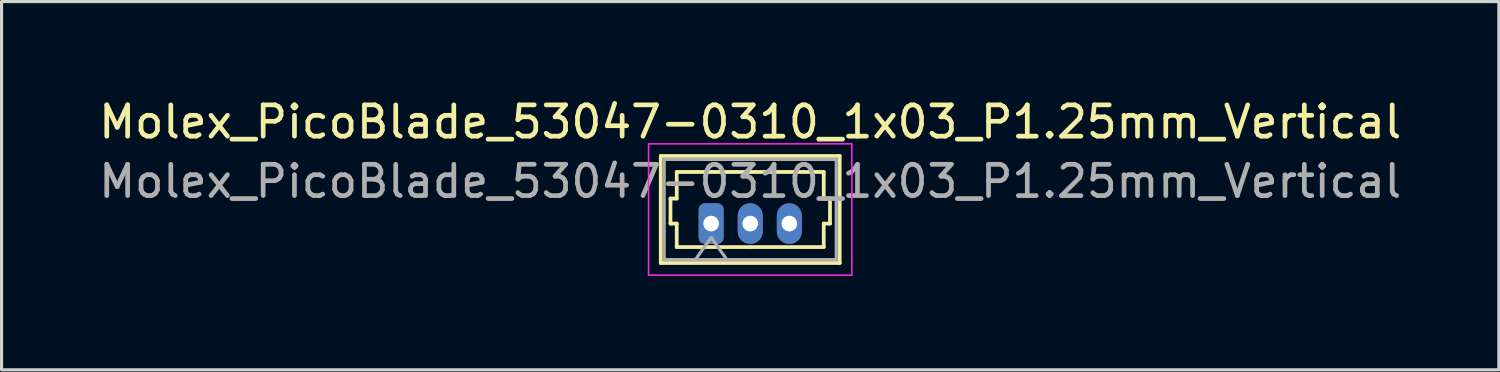
<source format=kicad_pcb>
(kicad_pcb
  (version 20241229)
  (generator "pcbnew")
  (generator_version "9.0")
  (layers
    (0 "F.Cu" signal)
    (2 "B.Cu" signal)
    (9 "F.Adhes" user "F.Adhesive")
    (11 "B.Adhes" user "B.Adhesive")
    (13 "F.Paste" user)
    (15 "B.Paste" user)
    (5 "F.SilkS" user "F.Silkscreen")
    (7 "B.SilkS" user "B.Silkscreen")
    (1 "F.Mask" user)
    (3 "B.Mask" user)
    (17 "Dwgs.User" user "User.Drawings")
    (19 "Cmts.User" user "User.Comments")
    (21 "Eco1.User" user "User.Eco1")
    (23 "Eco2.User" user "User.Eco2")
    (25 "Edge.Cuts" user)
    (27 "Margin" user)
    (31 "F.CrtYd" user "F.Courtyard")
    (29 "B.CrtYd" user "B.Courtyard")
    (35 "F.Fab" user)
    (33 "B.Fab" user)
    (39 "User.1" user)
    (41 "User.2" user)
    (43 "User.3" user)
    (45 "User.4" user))
  (footprint "Molex_PicoBlade_53047-0310_1x03_P1.25mm_Vertical"
    (layer "F.Cu")
    (at 19.685 4.098)
    (property "Reference" "Molex_PicoBlade_53047-0310_1x03_P1.25mm_Vertical" (at 1.25 -3.25 0) (layer "F.SilkS") (effects (font (size 1 1) (thickness 0.15))))
    (attr through_hole)
    (fp_line (start -1.61 -2.16) (end -1.61 1.26) (stroke (width 0.12) (type solid)) (layer "F.SilkS"))
    (fp_line (start -1.61 1.26) (end 4.11 1.26) (stroke (width 0.12) (type solid)) (layer "F.SilkS"))
    (fp_line (start -1.3 -0.8) (end -1.1 -0.8) (stroke (width 0.12) (type solid)) (layer "F.SilkS"))
    (fp_line (start -1.3 0) (end -1.3 -0.8) (stroke (width 0.12) (type solid)) (layer "F.SilkS"))
    (fp_line (start -1.1 -1.65) (end 1.25 -1.65) (stroke (width 0.12) (type solid)) (layer "F.SilkS"))
    (fp_line (start -1.1 -0.8) (end -1.1 -1.65) (stroke (width 0.12) (type solid)) (layer "F.SilkS"))
    (fp_line (start -1.1 0) (end -1.3 0) (stroke (width 0.12) (type solid)) (layer "F.SilkS"))
    (fp_line (start -1.1 0.75) (end -1.1 0) (stroke (width 0.12) (type solid)) (layer "F.SilkS"))
    (fp_line (start 1.25 0.75) (end -1.1 0.75) (stroke (width 0.12) (type solid)) (layer "F.SilkS"))
    (fp_line (start 1.25 0.75) (end 3.6 0.75) (stroke (width 0.12) (type solid)) (layer "F.SilkS"))
    (fp_line (start 3.6 -1.65) (end 1.25 -1.65) (stroke (width 0.12) (type solid)) (layer "F.SilkS"))
    (fp_line (start 3.6 -0.8) (end 3.6 -1.65) (stroke (width 0.12) (type solid)) (layer "F.SilkS"))
    (fp_line (start 3.6 0) (end 3.8 0) (stroke (width 0.12) (type solid)) (layer "F.SilkS"))
    (fp_line (start 3.6 0.75) (end 3.6 0) (stroke (width 0.12) (type solid)) (layer "F.SilkS"))
    (fp_line (start 3.8 -0.8) (end 3.6 -0.8) (stroke (width 0.12) (type solid)) (layer "F.SilkS"))
    (fp_line (start 3.8 0) (end 3.8 -0.8) (stroke (width 0.12) (type solid)) (layer "F.SilkS"))
    (fp_line (start 4.11 -2.16) (end -1.61 -2.16) (stroke (width 0.12) (type solid)) (layer "F.SilkS"))
    (fp_line (start 4.11 1.26) (end 4.11 -2.16) (stroke (width 0.12) (type solid)) (layer "F.SilkS"))
    (fp_line (start -2 -2.55) (end -2 1.65) (stroke (width 0.05) (type solid)) (layer "F.CrtYd"))
    (fp_line (start -2 1.65) (end 4.5 1.65) (stroke (width 0.05) (type solid)) (layer "F.CrtYd"))
    (fp_line (start 4.5 -2.55) (end -2 -2.55) (stroke (width 0.05) (type solid)) (layer "F.CrtYd"))
    (fp_line (start 4.5 1.65) (end 4.5 -2.55) (stroke (width 0.05) (type solid)) (layer "F.CrtYd"))
    (fp_line (start -1.5 -2.05) (end -1.5 1.15) (stroke (width 0.1) (type solid)) (layer "F.Fab"))
    (fp_line (start -1.5 1.15) (end 4 1.15) (stroke (width 0.1) (type solid)) (layer "F.Fab"))
    (fp_line (start -0.5 1.15) (end 0 0.443) (stroke (width 0.1) (type solid)) (layer "F.Fab"))
    (fp_line (start 0 0.443) (end 0.5 1.15) (stroke (width 0.1) (type solid)) (layer "F.Fab"))
    (fp_line (start 4 -2.05) (end -1.5 -2.05) (stroke (width 0.1) (type solid)) (layer "F.Fab"))
    (fp_line (start 4 1.15) (end 4 -2.05) (stroke (width 0.1) (type solid)) (layer "F.Fab"))
    (fp_text user "${REFERENCE}" (at 1.25 -1.35 0) (layer "F.Fab") (effects (font (size 1 1) (thickness 0.15))))
    (pad "1" thru_hole roundrect (at 0 0) (size 0.8 1.3) (drill 0.5) (layers "*.Cu" "*.Mask") (roundrect_rratio 0.25))
    (pad "2" thru_hole oval (at 1.25 0) (size 0.8 1.3) (drill 0.5) (layers "*.Cu" "*.Mask"))
    (pad "3" thru_hole oval (at 2.5 0) (size 0.8 1.3) (drill 0.5) (layers "*.Cu" "*.Mask")))
  (gr_rect
    (start -3 -3)
    (end 44.869 8.773)
    (stroke (width 0.1) (type default))
    (fill no)
    (layer "Edge.Cuts")))
</source>
